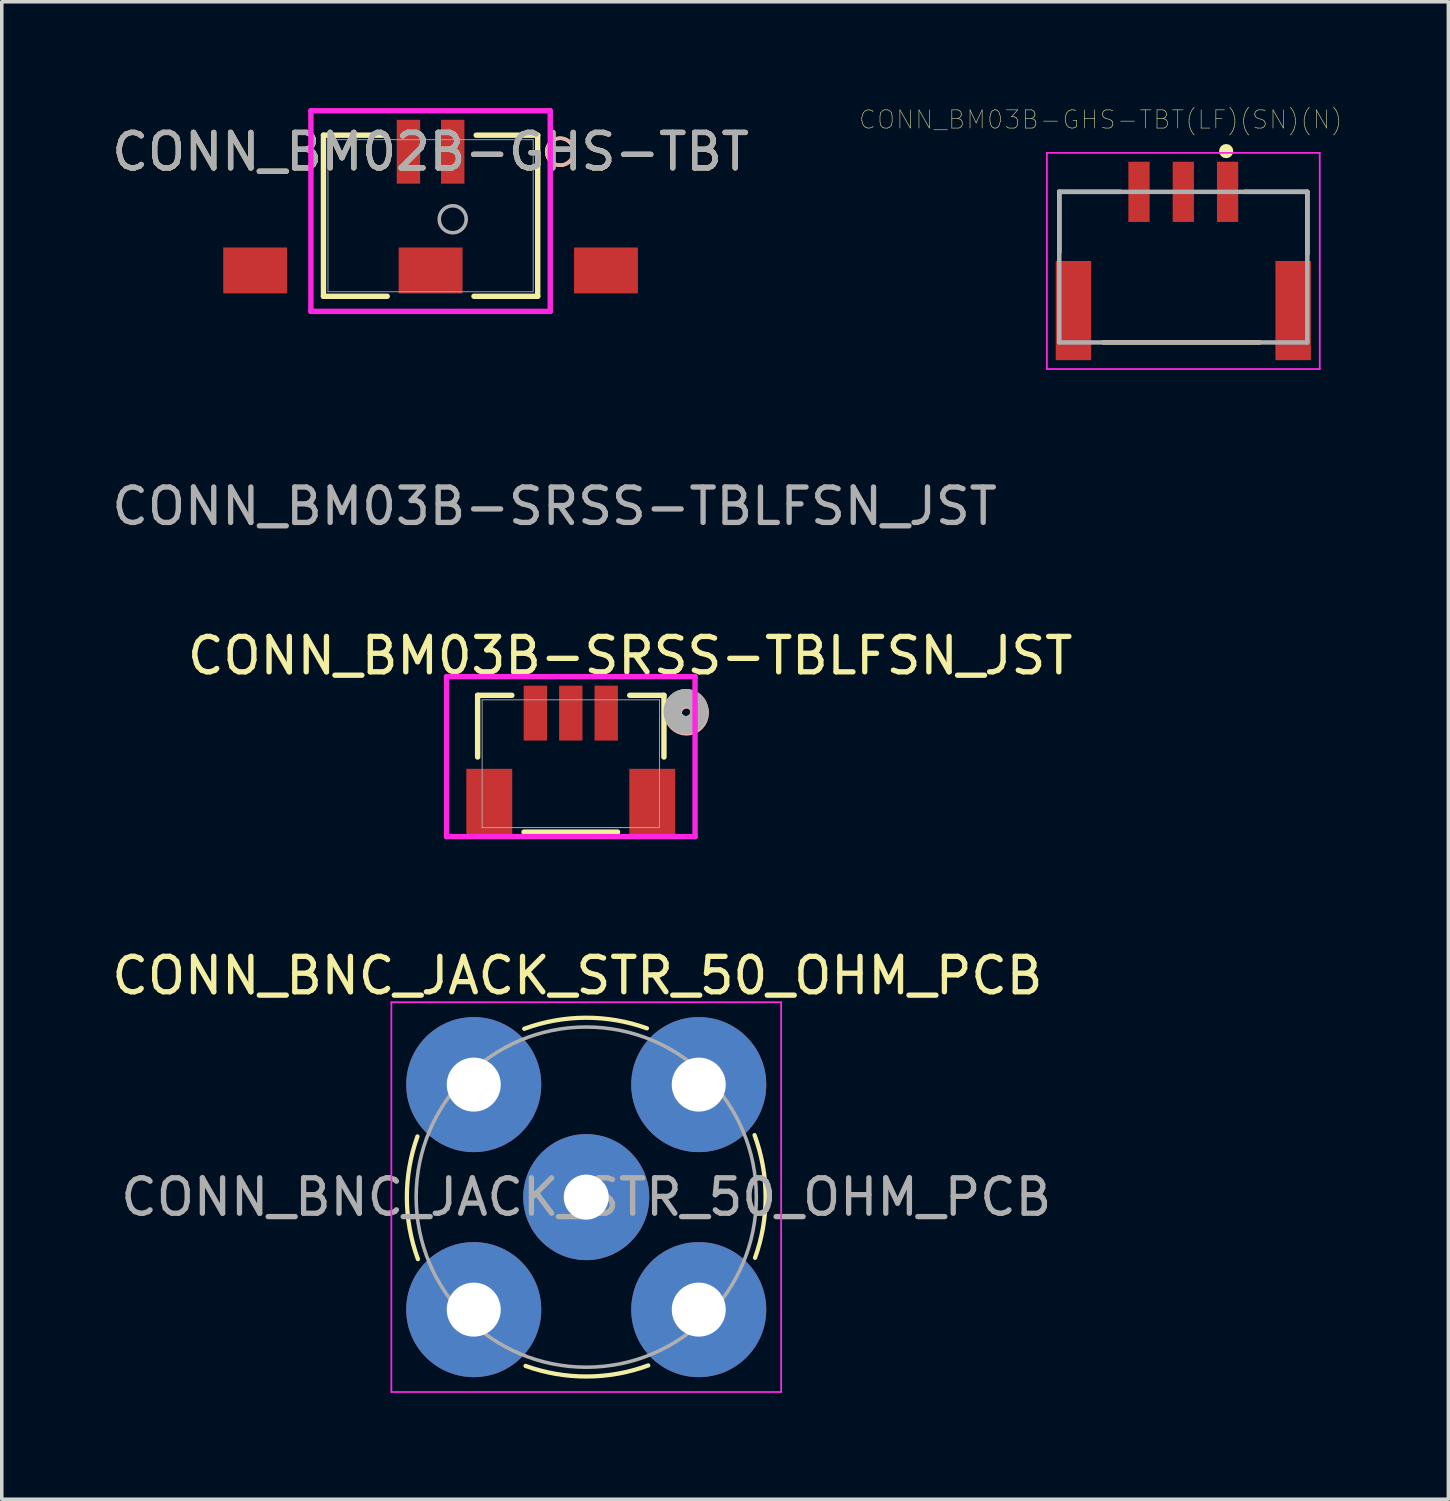
<source format=kicad_pcb>
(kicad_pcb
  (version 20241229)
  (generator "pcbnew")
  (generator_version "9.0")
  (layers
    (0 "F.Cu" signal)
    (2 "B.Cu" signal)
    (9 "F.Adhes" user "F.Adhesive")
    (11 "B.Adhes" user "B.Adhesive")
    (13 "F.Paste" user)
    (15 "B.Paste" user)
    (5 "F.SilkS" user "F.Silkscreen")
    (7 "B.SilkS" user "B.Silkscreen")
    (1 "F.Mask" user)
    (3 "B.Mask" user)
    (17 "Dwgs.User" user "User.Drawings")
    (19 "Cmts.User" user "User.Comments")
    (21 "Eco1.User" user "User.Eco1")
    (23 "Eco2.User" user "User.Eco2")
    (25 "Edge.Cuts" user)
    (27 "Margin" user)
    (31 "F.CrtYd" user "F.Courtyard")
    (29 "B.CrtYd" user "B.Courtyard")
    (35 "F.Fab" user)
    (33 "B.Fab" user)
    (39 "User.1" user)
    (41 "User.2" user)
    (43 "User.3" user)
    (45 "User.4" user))
  (footprint "CONN_BM02B-GHS-TBT"
    (layer "F.Cu")
    (at 9.101 3.038)
    (property "Reference" "CONN_BM02B-GHS-TBT" (at 0 -1.806 0) (unlocked yes) (layer "F.SilkS") (effects (font (size 1 1) (thickness 0.15))))
    (attr smd)
    (fp_line (start -3.023 -2.273) (end -3.023 2.273) (stroke (width 0.152) (type solid)) (layer "F.SilkS"))
    (fp_line (start -3.023 2.273) (end -1.224 2.273) (stroke (width 0.152) (type solid)) (layer "F.SilkS"))
    (fp_line (start -1.288 -2.273) (end -3.023 -2.273) (stroke (width 0.152) (type solid)) (layer "F.SilkS"))
    (fp_line (start 1.224 2.273) (end 3.023 2.273) (stroke (width 0.152) (type solid)) (layer "F.SilkS"))
    (fp_line (start 3.023 -2.273) (end 1.288 -2.273) (stroke (width 0.152) (type solid)) (layer "F.SilkS"))
    (fp_line (start 3.023 2.273) (end 3.023 -2.273) (stroke (width 0.152) (type solid)) (layer "F.SilkS"))
    (fp_circle (center 3.658 -1.806) (end 4.039 -1.806) (stroke (width 0.1) (type solid)) (fill no) (layer "F.SilkS"))
    (fp_circle (center 3.658 -1.806) (end 4.039 -1.806) (stroke (width 0.1) (type solid)) (fill no) (layer "B.SilkS"))
    (fp_line (start -3.377 -2.962) (end -3.377 2.699) (stroke (width 0.152) (type solid)) (layer "F.CrtYd"))
    (fp_line (start -3.377 2.699) (end 3.377 2.699) (stroke (width 0.152) (type solid)) (layer "F.CrtYd"))
    (fp_line (start 3.377 -2.962) (end -3.377 -2.962) (stroke (width 0.152) (type solid)) (layer "F.CrtYd"))
    (fp_line (start 3.377 2.699) (end 3.377 -2.962) (stroke (width 0.152) (type solid)) (layer "F.CrtYd"))
    (fp_line (start -2.896 -2.146) (end -2.896 2.146) (stroke (width 0.025) (type solid)) (layer "F.Fab"))
    (fp_line (start -2.896 2.146) (end 2.896 2.146) (stroke (width 0.025) (type solid)) (layer "F.Fab"))
    (fp_line (start 2.896 -2.146) (end -2.896 -2.146) (stroke (width 0.025) (type solid)) (layer "F.Fab"))
    (fp_line (start 2.896 2.146) (end 2.896 -2.146) (stroke (width 0.025) (type solid)) (layer "F.Fab"))
    (fp_circle (center 0.625 0.099) (end 1.006 0.099) (stroke (width 0.1) (type solid)) (fill no) (layer "F.Fab"))
    (fp_text user "${REFERENCE}" (at 0 -1.806 0) (unlocked yes) (layer "F.Fab") (effects (font (size 1 1) (thickness 0.15))))
    (pad "1" smd rect (at 0.625 -1.806) (size 0.66 1.803) (layers "F.Cu" "F.Mask" "F.Paste"))
    (pad "2" smd rect (at -0.625 -1.806) (size 0.66 1.803) (layers "F.Cu" "F.Mask" "F.Paste"))
    (pad "3" smd rect (at -4.95 1.544 90) (size 1.295 1.803) (layers "F.Cu" "F.Mask" "F.Paste"))
    (pad "4" smd rect (at 0 1.544 90) (size 1.295 1.803) (layers "F.Cu" "F.Mask" "F.Paste"))
    (pad "5" smd rect (at 4.95 1.544 90) (size 1.295 1.803) (layers "F.Cu" "F.Mask" "F.Paste")))
  (footprint "CONN_BNC_JACK_STR_50_OHM_PCB"
    (layer "F.Cu")
    (at 13.494 30.733)
    (property "Reference" "CONN_BNC_JACK_STR_50_OHM_PCB" (at -0.25 -6.25 0) (layer "F.SilkS") (effects (font (size 1 1) (thickness 0.15))))
    (attr through_hole)
    (fp_arc (start -4.75 1.75) (mid -5.062075 0.019867) (end -4.763589 -1.712663) (stroke (width 0.12) (type solid)) (layer "F.SilkS"))
    (fp_arc (start -1.75 -4.75) (mid -0.019867 -5.062075) (end 1.712663 -4.763589) (stroke (width 0.12) (type solid)) (layer "F.SilkS"))
    (fp_arc (start 1.75 4.75) (mid 0.019867 5.062075) (end -1.712663 4.763589) (stroke (width 0.12) (type solid)) (layer "F.SilkS"))
    (fp_arc (start 4.75 -1.75) (mid 5.062075 -0.019867) (end 4.763589 1.712663) (stroke (width 0.12) (type solid)) (layer "F.SilkS"))
    (fp_line (start -5.5 -5.5) (end 5.5 -5.5) (stroke (width 0.05) (type solid)) (layer "F.CrtYd"))
    (fp_line (start -5.5 5.5) (end -5.5 -5.5) (stroke (width 0.05) (type solid)) (layer "F.CrtYd"))
    (fp_line (start 5.5 -5.5) (end 5.5 5.5) (stroke (width 0.05) (type solid)) (layer "F.CrtYd"))
    (fp_line (start 5.5 5.5) (end -5.5 5.5) (stroke (width 0.05) (type solid)) (layer "F.CrtYd"))
    (fp_circle (center 0 0) (end 4.8 0) (stroke (width 0.1) (type solid)) (fill no) (layer "F.Fab"))
    (fp_text user "${REFERENCE}" (at 0 0 0) (layer "F.Fab") (effects (font (size 1 1) (thickness 0.15))))
    (pad "1" thru_hole circle (at 0 0) (size 3.556 3.556) (drill 1.27) (layers "*.Cu" "*.Mask"))
    (pad "2" thru_hole circle (at -3.175 -3.175) (size 3.81 3.81) (drill 1.524) (layers "*.Cu" "*.Mask"))
    (pad "2" thru_hole circle (at -3.175 3.175) (size 3.81 3.81) (drill 1.524) (layers "*.Cu" "*.Mask"))
    (pad "2" thru_hole circle (at 3.175 -3.175) (size 3.81 3.81) (drill 1.524) (layers "*.Cu" "*.Mask"))
    (pad "2" thru_hole circle (at 3.175 3.175) (size 3.81 3.81) (drill 1.524) (layers "*.Cu" "*.Mask")))
  (footprint "CONN_BM03B-SRSS-TBLFSN_JST"
    (layer "F.Cu")
    (at 13.058 18.502)
    (property "Reference" "CONN_BM03B-SRSS-TBLFSN_JST" (at 1.676 -3.048 0) (unlocked yes) (layer "F.SilkS") (effects (font (size 1 1) (thickness 0.15))))
    (attr smd)
    (fp_line (start -2.629 -1.93) (end -2.629 -0.189) (stroke (width 0.152) (type solid)) (layer "F.SilkS"))
    (fp_line (start -1.663 -1.93) (end -2.629 -1.93) (stroke (width 0.152) (type solid)) (layer "F.SilkS"))
    (fp_line (start -1.32 1.93) (end 1.32 1.93) (stroke (width 0.152) (type solid)) (layer "F.SilkS"))
    (fp_line (start 2.629 -1.93) (end 1.663 -1.93) (stroke (width 0.152) (type solid)) (layer "F.SilkS"))
    (fp_line (start 2.629 -0.189) (end 2.629 -1.93) (stroke (width 0.152) (type solid)) (layer "F.SilkS"))
    (fp_circle (center 3.251 -1.473) (end 3.632 -1.473) (stroke (width 0.508) (type solid)) (fill no) (layer "F.SilkS"))
    (fp_circle (center 3.264 -1.428) (end 3.645 -1.428) (stroke (width 0.508) (type solid)) (fill no) (layer "B.SilkS"))
    (fp_line (start -3.506 -2.457) (end -3.506 2.057) (stroke (width 0.152) (type solid)) (layer "F.CrtYd"))
    (fp_line (start -3.506 2.057) (end 3.506 2.057) (stroke (width 0.152) (type solid)) (layer "F.CrtYd"))
    (fp_line (start 3.506 -2.457) (end -3.506 -2.457) (stroke (width 0.152) (type solid)) (layer "F.CrtYd"))
    (fp_line (start 3.506 2.057) (end 3.506 -2.457) (stroke (width 0.152) (type solid)) (layer "F.CrtYd"))
    (fp_line (start -2.502 -1.803) (end -2.502 1.803) (stroke (width 0.025) (type solid)) (layer "F.Fab"))
    (fp_line (start -2.502 1.803) (end 2.502 1.803) (stroke (width 0.025) (type solid)) (layer "F.Fab"))
    (fp_line (start 2.502 -1.803) (end -2.502 -1.803) (stroke (width 0.025) (type solid)) (layer "F.Fab"))
    (fp_line (start 2.502 1.803) (end 2.502 -1.803) (stroke (width 0.025) (type solid)) (layer "F.Fab"))
    (fp_circle (center 3.251 -1.473) (end 3.632 -1.473) (stroke (width 0.508) (type solid)) (fill no) (layer "F.Fab"))
    (fp_text user "${REFERENCE}" (at -0.457 -7.264 0) (unlocked yes) (layer "F.Fab") (effects (font (size 1 1) (thickness 0.15))))
    (pad "1" smd rect (at 1 -1.428) (size 0.66 1.549) (layers "F.Cu" "F.Mask" "F.Paste"))
    (pad "2" smd rect (at 0 -1.428) (size 0.66 1.549) (layers "F.Cu" "F.Mask" "F.Paste"))
    (pad "3" smd rect (at -1 -1.428) (size 0.66 1.549) (layers "F.Cu" "F.Mask" "F.Paste"))
    (pad "4" smd rect (at -2.3 1.097 90) (size 1.905 1.295) (layers "F.Cu" "F.Mask" "F.Paste"))
    (pad "5" smd rect (at 2.3 1.097 90) (size 1.905 1.295) (layers "F.Cu" "F.Mask" "F.Paste")))
  (footprint "CONN_BM03B-GHS-TBT(LF)(SN)(N)"
    (layer "F.Cu")
    (at 30.343 2.364)
    (property "Reference" "CONN_BM03B-GHS-TBT(LF)(SN)(N)" (at -2.33 -2.037 0) (layer "F.SilkS") (effects (font (size 0.513 0.513) (thickness 0.015))))
    (attr through_hole)
    (fp_line (start -3.5 0) (end -3.5 1.7) (stroke (width 0.127) (type solid)) (layer "F.SilkS"))
    (fp_line (start -2.25 4.25) (end 2.15 4.25) (stroke (width 0.127) (type solid)) (layer "F.SilkS"))
    (fp_line (start -1.778 0) (end -3.5 0) (stroke (width 0.127) (type solid)) (layer "F.SilkS"))
    (fp_line (start 1.75 0) (end 3.5 0) (stroke (width 0.127) (type solid)) (layer "F.SilkS"))
    (fp_line (start 3.5 0) (end 3.5 1.75) (stroke (width 0.127) (type solid)) (layer "F.SilkS"))
    (fp_circle (center 1.21 -1.15) (end 1.31 -1.15) (stroke (width 0.2) (type solid)) (fill no) (layer "F.SilkS"))
    (fp_line (start -3.85 -1.1) (end -3.85 5) (stroke (width 0.05) (type solid)) (layer "F.CrtYd"))
    (fp_line (start -3.85 5) (end 3.85 5) (stroke (width 0.05) (type solid)) (layer "F.CrtYd"))
    (fp_line (start 3.85 -1.1) (end -3.85 -1.1) (stroke (width 0.05) (type solid)) (layer "F.CrtYd"))
    (fp_line (start 3.85 5) (end 3.85 -1.1) (stroke (width 0.05) (type solid)) (layer "F.CrtYd"))
    (fp_line (start -3.5 0) (end -3.5 4.25) (stroke (width 0.127) (type solid)) (layer "F.Fab"))
    (fp_line (start -3.5 4.25) (end 3.5 4.25) (stroke (width 0.127) (type solid)) (layer "F.Fab"))
    (fp_line (start 3.5 0) (end -3.5 0) (stroke (width 0.127) (type solid)) (layer "F.Fab"))
    (fp_line (start 3.5 4.25) (end 3.5 0) (stroke (width 0.127) (type solid)) (layer "F.Fab"))
    (pad "1" smd rect (at 1.25 0) (size 0.6 1.7) (layers "F.Cu" "F.Mask" "F.Paste"))
    (pad "2" smd rect (at 0 0) (size 0.6 1.7) (layers "F.Cu" "F.Mask" "F.Paste"))
    (pad "3" smd rect (at -1.25 0) (size 0.6 1.7) (layers "F.Cu" "F.Mask" "F.Paste"))
    (pad "4" smd rect (at 3.1 3.35) (size 1 2.8) (layers "F.Cu" "F.Mask" "F.Paste"))
    (pad "5" smd rect (at -3.1 3.35) (size 1 2.8) (layers "F.Cu" "F.Mask" "F.Paste")))
  (gr_rect
    (start -3 -3)
    (end 37.823 39.258)
    (stroke (width 0.1) (type default))
    (fill no)
    (layer "Edge.Cuts")))
</source>
